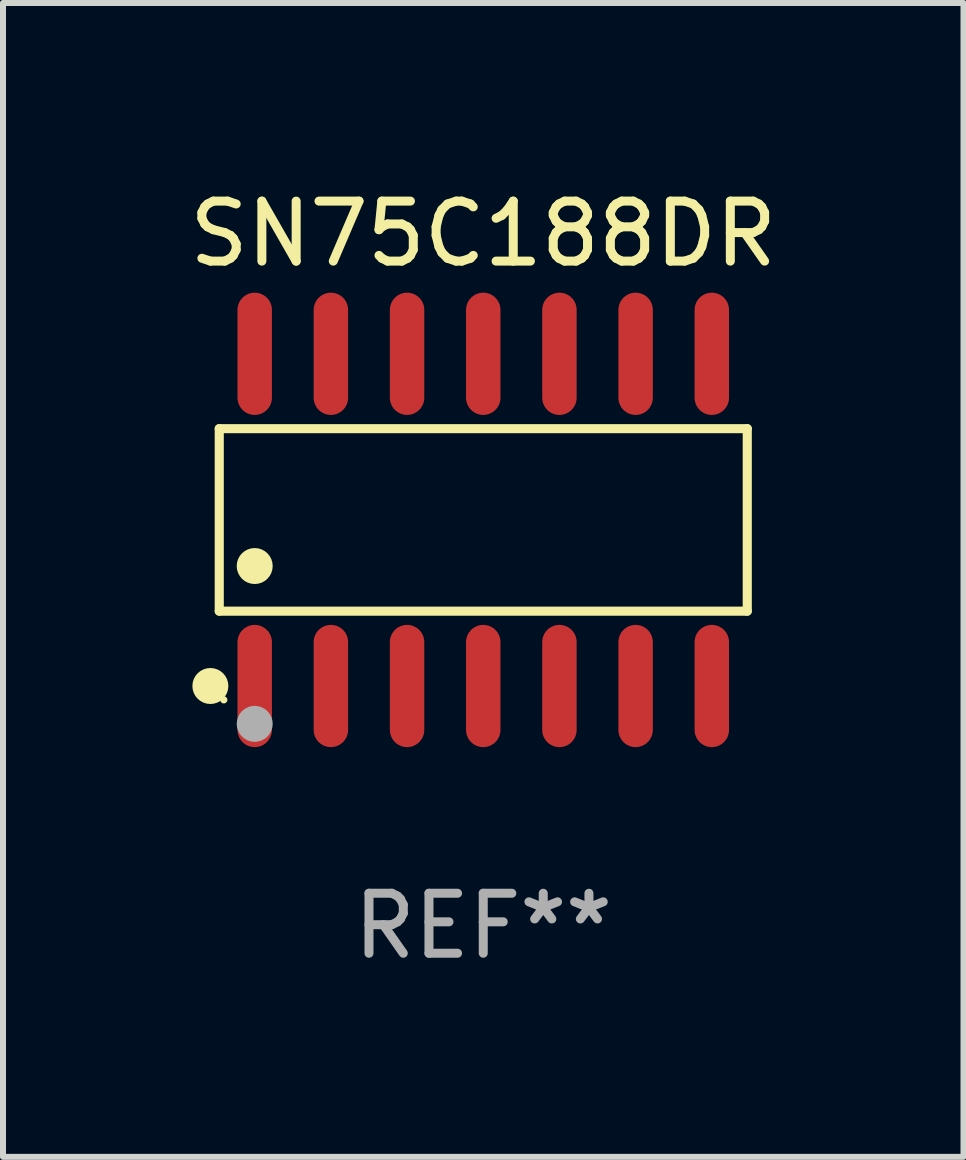
<source format=kicad_pcb>
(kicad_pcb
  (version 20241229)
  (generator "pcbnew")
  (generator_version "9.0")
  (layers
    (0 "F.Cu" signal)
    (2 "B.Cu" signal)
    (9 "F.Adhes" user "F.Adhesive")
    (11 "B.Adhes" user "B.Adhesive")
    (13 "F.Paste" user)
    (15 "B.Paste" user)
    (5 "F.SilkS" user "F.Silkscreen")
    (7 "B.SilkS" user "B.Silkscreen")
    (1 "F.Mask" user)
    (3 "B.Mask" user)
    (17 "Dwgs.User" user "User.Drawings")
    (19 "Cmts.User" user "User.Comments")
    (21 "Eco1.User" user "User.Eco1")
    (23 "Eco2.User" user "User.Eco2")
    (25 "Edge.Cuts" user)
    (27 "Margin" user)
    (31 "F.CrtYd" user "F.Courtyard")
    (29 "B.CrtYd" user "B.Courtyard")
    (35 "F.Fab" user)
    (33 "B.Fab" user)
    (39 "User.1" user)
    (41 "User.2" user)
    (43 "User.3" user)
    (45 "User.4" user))
  (footprint "SN75C188DR"
    (layer "F.Cu")
    (at 5.006 5.617)
    (property "Reference" "SN75C188DR" (at 0 -4.769 0) (layer "F.SilkS") (effects (font (size 1 1) (thickness 0.15))))
    (attr through_hole)
    (fp_line (start -4.401 -1.521) (end 4.401 -1.521) (stroke (width 0.152) (type solid)) (layer "F.SilkS"))
    (fp_line (start -4.401 1.521) (end -4.401 -1.521) (stroke (width 0.152) (type solid)) (layer "F.SilkS"))
    (fp_line (start 4.401 -1.521) (end 4.401 1.521) (stroke (width 0.152) (type solid)) (layer "F.SilkS"))
    (fp_line (start 4.401 1.521) (end -4.401 1.521) (stroke (width 0.152) (type solid)) (layer "F.SilkS"))
    (fp_circle (center -4.549 2.769) (end -4.399 2.769) (stroke (width 0.3) (type solid)) (fill no) (layer "F.SilkS"))
    (fp_circle (center -4.325 3) (end -4.295 3) (stroke (width 0.06) (type solid)) (fill no) (layer "F.SilkS"))
    (fp_circle (center -3.81 0.769) (end -3.66 0.769) (stroke (width 0.3) (type solid)) (fill no) (layer "F.SilkS"))
    (fp_circle (center -3.81 3.4) (end -3.66 3.4) (stroke (width 0.3) (type solid)) (fill no) (layer "F.Fab"))
    (fp_text user "REF**" (at 0 6.769 0) (layer "F.Fab") (effects (font (size 1 1) (thickness 0.15))))
    (pad "1" smd oval (at -3.81 2.769) (size 0.574 2.038) (layers "F.Cu" "F.Mask" "F.Paste"))
    (pad "2" smd oval (at -2.54 2.769) (size 0.574 2.038) (layers "F.Cu" "F.Mask" "F.Paste"))
    (pad "3" smd oval (at -1.27 2.769) (size 0.574 2.038) (layers "F.Cu" "F.Mask" "F.Paste"))
    (pad "4" smd oval (at 0 2.769) (size 0.574 2.038) (layers "F.Cu" "F.Mask" "F.Paste"))
    (pad "5" smd oval (at 1.27 2.769) (size 0.574 2.038) (layers "F.Cu" "F.Mask" "F.Paste"))
    (pad "6" smd oval (at 2.54 2.769) (size 0.574 2.038) (layers "F.Cu" "F.Mask" "F.Paste"))
    (pad "7" smd oval (at 3.81 2.769) (size 0.574 2.038) (layers "F.Cu" "F.Mask" "F.Paste"))
    (pad "8" smd oval (at 3.81 -2.769) (size 0.574 2.038) (layers "F.Cu" "F.Mask" "F.Paste"))
    (pad "9" smd oval (at 2.54 -2.769) (size 0.574 2.038) (layers "F.Cu" "F.Mask" "F.Paste"))
    (pad "10" smd oval (at 1.27 -2.769) (size 0.574 2.038) (layers "F.Cu" "F.Mask" "F.Paste"))
    (pad "11" smd oval (at 0 -2.769) (size 0.574 2.038) (layers "F.Cu" "F.Mask" "F.Paste"))
    (pad "12" smd oval (at -1.27 -2.769) (size 0.574 2.038) (layers "F.Cu" "F.Mask" "F.Paste"))
    (pad "13" smd oval (at -2.54 -2.769) (size 0.574 2.038) (layers "F.Cu" "F.Mask" "F.Paste"))
    (pad "14" smd oval (at -3.81 -2.769) (size 0.574 2.038) (layers "F.Cu" "F.Mask" "F.Paste")))
  (gr_rect
    (start -3 -3)
    (end 13.012 16.235)
    (stroke (width 0.1) (type default))
    (fill no)
    (layer "Edge.Cuts")))
</source>
